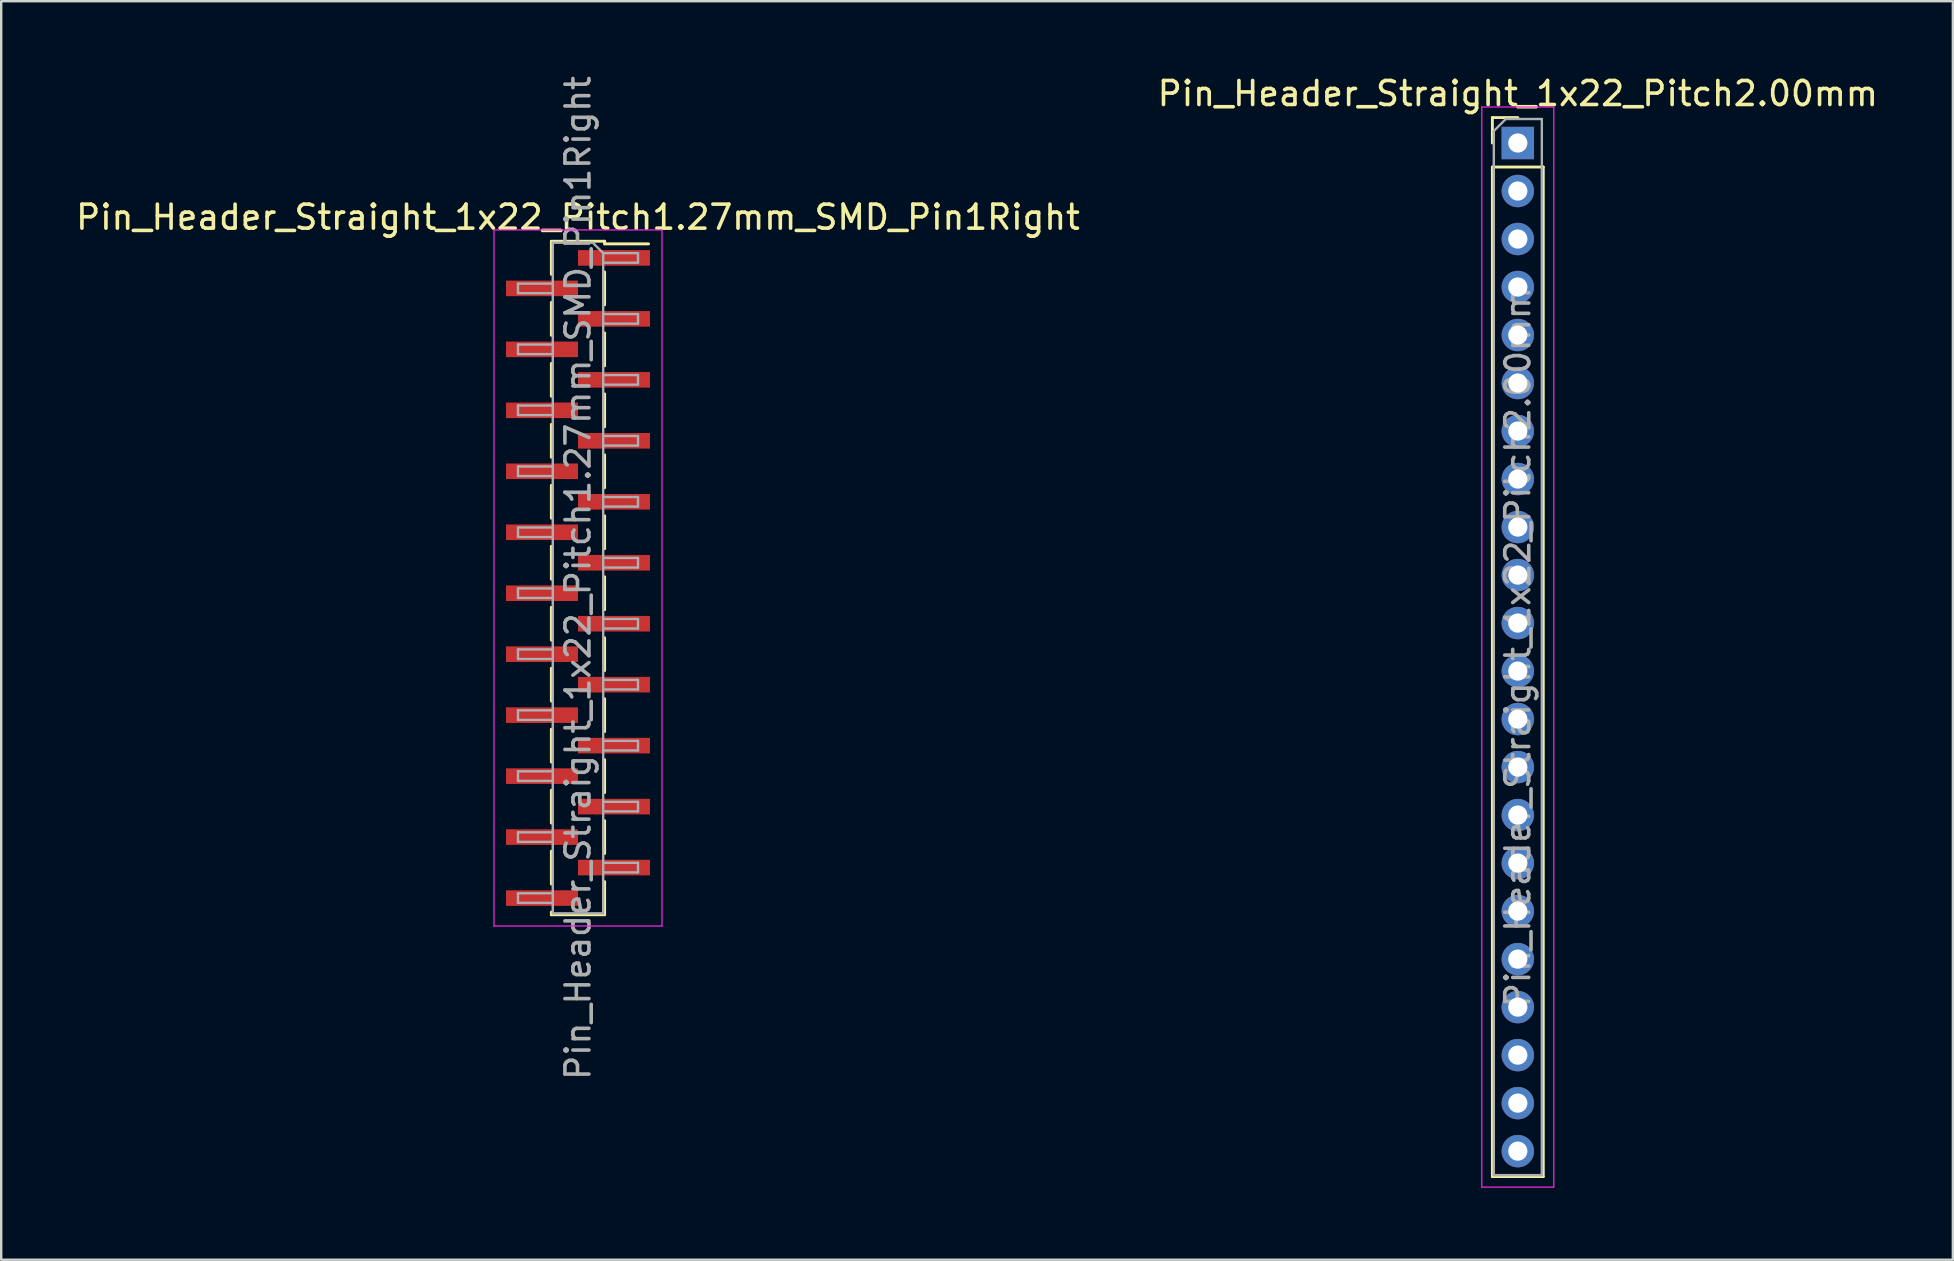
<source format=kicad_pcb>
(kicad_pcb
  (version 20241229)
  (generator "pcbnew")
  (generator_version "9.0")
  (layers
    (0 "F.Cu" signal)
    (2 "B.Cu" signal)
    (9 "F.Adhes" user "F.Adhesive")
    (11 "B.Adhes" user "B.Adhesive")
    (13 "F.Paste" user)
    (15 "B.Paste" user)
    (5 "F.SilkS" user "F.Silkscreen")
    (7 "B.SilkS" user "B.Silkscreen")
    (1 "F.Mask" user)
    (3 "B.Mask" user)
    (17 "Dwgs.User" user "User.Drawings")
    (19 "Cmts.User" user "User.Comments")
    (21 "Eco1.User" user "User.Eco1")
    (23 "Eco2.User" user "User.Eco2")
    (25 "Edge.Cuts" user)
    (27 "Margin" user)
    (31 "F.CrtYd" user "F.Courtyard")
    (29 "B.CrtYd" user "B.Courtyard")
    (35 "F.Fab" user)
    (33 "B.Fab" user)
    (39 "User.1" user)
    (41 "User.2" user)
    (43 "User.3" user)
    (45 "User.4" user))
  (footprint "Pin_Header_Straight_1x22_Pitch2.00mm"
    (layer "F.Cu")
    (at 60.185 2.908)
    (property "Reference" "Pin_Header_Straight_1x22_Pitch2.00mm" (at 0 -2.06 0) (layer "F.SilkS") (effects (font (size 1 1) (thickness 0.15))))
    (attr through_hole)
    (fp_line (start -1.06 -1.06) (end 0 -1.06) (stroke (width 0.12) (type solid)) (layer "F.SilkS"))
    (fp_line (start -1.06 0) (end -1.06 -1.06) (stroke (width 0.12) (type solid)) (layer "F.SilkS"))
    (fp_line (start -1.06 1) (end -1.06 43.06) (stroke (width 0.12) (type solid)) (layer "F.SilkS"))
    (fp_line (start -1.06 1) (end 1.06 1) (stroke (width 0.12) (type solid)) (layer "F.SilkS"))
    (fp_line (start -1.06 43.06) (end 1.06 43.06) (stroke (width 0.12) (type solid)) (layer "F.SilkS"))
    (fp_line (start 1.06 1) (end 1.06 43.06) (stroke (width 0.12) (type solid)) (layer "F.SilkS"))
    (fp_line (start -1.5 -1.5) (end -1.5 43.5) (stroke (width 0.05) (type solid)) (layer "F.CrtYd"))
    (fp_line (start -1.5 43.5) (end 1.5 43.5) (stroke (width 0.05) (type solid)) (layer "F.CrtYd"))
    (fp_line (start 1.5 -1.5) (end -1.5 -1.5) (stroke (width 0.05) (type solid)) (layer "F.CrtYd"))
    (fp_line (start 1.5 43.5) (end 1.5 -1.5) (stroke (width 0.05) (type solid)) (layer "F.CrtYd"))
    (fp_line (start -1 -0.5) (end -0.5 -1) (stroke (width 0.1) (type solid)) (layer "F.Fab"))
    (fp_line (start -1 43) (end -1 -0.5) (stroke (width 0.1) (type solid)) (layer "F.Fab"))
    (fp_line (start -0.5 -1) (end 1 -1) (stroke (width 0.1) (type solid)) (layer "F.Fab"))
    (fp_line (start 1 -1) (end 1 43) (stroke (width 0.1) (type solid)) (layer "F.Fab"))
    (fp_line (start 1 43) (end -1 43) (stroke (width 0.1) (type solid)) (layer "F.Fab"))
    (fp_text user "${REFERENCE}" (at 0 21 90) (layer "F.Fab") (effects (font (size 1 1) (thickness 0.15))))
    (pad "1" thru_hole rect (at 0 0) (size 1.35 1.35) (drill 0.8) (layers "*.Cu" "*.Mask"))
    (pad "2" thru_hole oval (at 0 2) (size 1.35 1.35) (drill 0.8) (layers "*.Cu" "*.Mask"))
    (pad "3" thru_hole oval (at 0 4) (size 1.35 1.35) (drill 0.8) (layers "*.Cu" "*.Mask"))
    (pad "4" thru_hole oval (at 0 6) (size 1.35 1.35) (drill 0.8) (layers "*.Cu" "*.Mask"))
    (pad "5" thru_hole oval (at 0 8) (size 1.35 1.35) (drill 0.8) (layers "*.Cu" "*.Mask"))
    (pad "6" thru_hole oval (at 0 10) (size 1.35 1.35) (drill 0.8) (layers "*.Cu" "*.Mask"))
    (pad "7" thru_hole oval (at 0 12) (size 1.35 1.35) (drill 0.8) (layers "*.Cu" "*.Mask"))
    (pad "8" thru_hole oval (at 0 14) (size 1.35 1.35) (drill 0.8) (layers "*.Cu" "*.Mask"))
    (pad "9" thru_hole oval (at 0 16) (size 1.35 1.35) (drill 0.8) (layers "*.Cu" "*.Mask"))
    (pad "10" thru_hole oval (at 0 18) (size 1.35 1.35) (drill 0.8) (layers "*.Cu" "*.Mask"))
    (pad "11" thru_hole oval (at 0 20) (size 1.35 1.35) (drill 0.8) (layers "*.Cu" "*.Mask"))
    (pad "12" thru_hole oval (at 0 22) (size 1.35 1.35) (drill 0.8) (layers "*.Cu" "*.Mask"))
    (pad "13" thru_hole oval (at 0 24) (size 1.35 1.35) (drill 0.8) (layers "*.Cu" "*.Mask"))
    (pad "14" thru_hole oval (at 0 26) (size 1.35 1.35) (drill 0.8) (layers "*.Cu" "*.Mask"))
    (pad "15" thru_hole oval (at 0 28) (size 1.35 1.35) (drill 0.8) (layers "*.Cu" "*.Mask"))
    (pad "16" thru_hole oval (at 0 30) (size 1.35 1.35) (drill 0.8) (layers "*.Cu" "*.Mask"))
    (pad "17" thru_hole oval (at 0 32) (size 1.35 1.35) (drill 0.8) (layers "*.Cu" "*.Mask"))
    (pad "18" thru_hole oval (at 0 34) (size 1.35 1.35) (drill 0.8) (layers "*.Cu" "*.Mask"))
    (pad "19" thru_hole oval (at 0 36) (size 1.35 1.35) (drill 0.8) (layers "*.Cu" "*.Mask"))
    (pad "20" thru_hole oval (at 0 38) (size 1.35 1.35) (drill 0.8) (layers "*.Cu" "*.Mask"))
    (pad "21" thru_hole oval (at 0 40) (size 1.35 1.35) (drill 0.8) (layers "*.Cu" "*.Mask"))
    (pad "22" thru_hole oval (at 0 42) (size 1.35 1.35) (drill 0.8) (layers "*.Cu" "*.Mask")))
  (footprint "Pin_Header_Straight_1x22_Pitch1.27mm_SMD_Pin1Right"
    (layer "F.Cu")
    (at 21.03 21.03)
    (property "Reference" "Pin_Header_Straight_1x22_Pitch1.27mm_SMD_Pin1Right" (at 0 -15.03 0) (layer "F.SilkS") (effects (font (size 1 1) (thickness 0.15))))
    (attr smd)
    (fp_line (start -1.11 -14.03) (end 1.11 -14.03) (stroke (width 0.12) (type solid)) (layer "F.SilkS"))
    (fp_line (start -1.11 -14.02) (end -1.11 -12.65) (stroke (width 0.12) (type solid)) (layer "F.SilkS"))
    (fp_line (start -1.11 -11.48) (end -1.11 -10.11) (stroke (width 0.12) (type solid)) (layer "F.SilkS"))
    (fp_line (start -1.11 -8.94) (end -1.11 -7.57) (stroke (width 0.12) (type solid)) (layer "F.SilkS"))
    (fp_line (start -1.11 -6.4) (end -1.11 -5.03) (stroke (width 0.12) (type solid)) (layer "F.SilkS"))
    (fp_line (start -1.11 -3.86) (end -1.11 -2.49) (stroke (width 0.12) (type solid)) (layer "F.SilkS"))
    (fp_line (start -1.11 -1.32) (end -1.11 0.05) (stroke (width 0.12) (type solid)) (layer "F.SilkS"))
    (fp_line (start -1.11 1.22) (end -1.11 2.59) (stroke (width 0.12) (type solid)) (layer "F.SilkS"))
    (fp_line (start -1.11 3.76) (end -1.11 5.13) (stroke (width 0.12) (type solid)) (layer "F.SilkS"))
    (fp_line (start -1.11 6.3) (end -1.11 7.67) (stroke (width 0.12) (type solid)) (layer "F.SilkS"))
    (fp_line (start -1.11 8.84) (end -1.11 10.21) (stroke (width 0.12) (type solid)) (layer "F.SilkS"))
    (fp_line (start -1.11 11.38) (end -1.11 12.75) (stroke (width 0.12) (type solid)) (layer "F.SilkS"))
    (fp_line (start -1.11 13.92) (end -1.11 14.03) (stroke (width 0.12) (type solid)) (layer "F.SilkS"))
    (fp_line (start -1.11 14.03) (end 1.11 14.03) (stroke (width 0.12) (type solid)) (layer "F.SilkS"))
    (fp_line (start 1.11 -14.03) (end 1.11 -13.92) (stroke (width 0.12) (type solid)) (layer "F.SilkS"))
    (fp_line (start 1.11 -13.92) (end 2.94 -13.92) (stroke (width 0.12) (type solid)) (layer "F.SilkS"))
    (fp_line (start 1.11 -12.75) (end 1.11 -11.38) (stroke (width 0.12) (type solid)) (layer "F.SilkS"))
    (fp_line (start 1.11 -10.21) (end 1.11 -8.84) (stroke (width 0.12) (type solid)) (layer "F.SilkS"))
    (fp_line (start 1.11 -7.67) (end 1.11 -6.3) (stroke (width 0.12) (type solid)) (layer "F.SilkS"))
    (fp_line (start 1.11 -5.13) (end 1.11 -3.76) (stroke (width 0.12) (type solid)) (layer "F.SilkS"))
    (fp_line (start 1.11 -2.59) (end 1.11 -1.22) (stroke (width 0.12) (type solid)) (layer "F.SilkS"))
    (fp_line (start 1.11 -0.05) (end 1.11 1.32) (stroke (width 0.12) (type solid)) (layer "F.SilkS"))
    (fp_line (start 1.11 2.49) (end 1.11 3.86) (stroke (width 0.12) (type solid)) (layer "F.SilkS"))
    (fp_line (start 1.11 5.03) (end 1.11 6.4) (stroke (width 0.12) (type solid)) (layer "F.SilkS"))
    (fp_line (start 1.11 7.57) (end 1.11 8.94) (stroke (width 0.12) (type solid)) (layer "F.SilkS"))
    (fp_line (start 1.11 10.11) (end 1.11 11.48) (stroke (width 0.12) (type solid)) (layer "F.SilkS"))
    (fp_line (start 1.11 12.65) (end 1.11 14.02) (stroke (width 0.12) (type solid)) (layer "F.SilkS"))
    (fp_line (start -3.5 -14.5) (end -3.5 14.5) (stroke (width 0.05) (type solid)) (layer "F.CrtYd"))
    (fp_line (start -3.5 14.5) (end 3.5 14.5) (stroke (width 0.05) (type solid)) (layer "F.CrtYd"))
    (fp_line (start 3.5 -14.5) (end -3.5 -14.5) (stroke (width 0.05) (type solid)) (layer "F.CrtYd"))
    (fp_line (start 3.5 14.5) (end 3.5 -14.5) (stroke (width 0.05) (type solid)) (layer "F.CrtYd"))
    (fp_line (start -2.5 -12.265) (end -2.5 -11.865) (stroke (width 0.1) (type solid)) (layer "F.Fab"))
    (fp_line (start -2.5 -11.865) (end -1.05 -11.865) (stroke (width 0.1) (type solid)) (layer "F.Fab"))
    (fp_line (start -2.5 -9.725) (end -2.5 -9.325) (stroke (width 0.1) (type solid)) (layer "F.Fab"))
    (fp_line (start -2.5 -9.325) (end -1.05 -9.325) (stroke (width 0.1) (type solid)) (layer "F.Fab"))
    (fp_line (start -2.5 -7.185) (end -2.5 -6.785) (stroke (width 0.1) (type solid)) (layer "F.Fab"))
    (fp_line (start -2.5 -6.785) (end -1.05 -6.785) (stroke (width 0.1) (type solid)) (layer "F.Fab"))
    (fp_line (start -2.5 -4.645) (end -2.5 -4.245) (stroke (width 0.1) (type solid)) (layer "F.Fab"))
    (fp_line (start -2.5 -4.245) (end -1.05 -4.245) (stroke (width 0.1) (type solid)) (layer "F.Fab"))
    (fp_line (start -2.5 -2.105) (end -2.5 -1.705) (stroke (width 0.1) (type solid)) (layer "F.Fab"))
    (fp_line (start -2.5 -1.705) (end -1.05 -1.705) (stroke (width 0.1) (type solid)) (layer "F.Fab"))
    (fp_line (start -2.5 0.435) (end -2.5 0.835) (stroke (width 0.1) (type solid)) (layer "F.Fab"))
    (fp_line (start -2.5 0.835) (end -1.05 0.835) (stroke (width 0.1) (type solid)) (layer "F.Fab"))
    (fp_line (start -2.5 2.975) (end -2.5 3.375) (stroke (width 0.1) (type solid)) (layer "F.Fab"))
    (fp_line (start -2.5 3.375) (end -1.05 3.375) (stroke (width 0.1) (type solid)) (layer "F.Fab"))
    (fp_line (start -2.5 5.515) (end -2.5 5.915) (stroke (width 0.1) (type solid)) (layer "F.Fab"))
    (fp_line (start -2.5 5.915) (end -1.05 5.915) (stroke (width 0.1) (type solid)) (layer "F.Fab"))
    (fp_line (start -2.5 8.055) (end -2.5 8.455) (stroke (width 0.1) (type solid)) (layer "F.Fab"))
    (fp_line (start -2.5 8.455) (end -1.05 8.455) (stroke (width 0.1) (type solid)) (layer "F.Fab"))
    (fp_line (start -2.5 10.595) (end -2.5 10.995) (stroke (width 0.1) (type solid)) (layer "F.Fab"))
    (fp_line (start -2.5 10.995) (end -1.05 10.995) (stroke (width 0.1) (type solid)) (layer "F.Fab"))
    (fp_line (start -2.5 13.135) (end -2.5 13.535) (stroke (width 0.1) (type solid)) (layer "F.Fab"))
    (fp_line (start -2.5 13.535) (end -1.05 13.535) (stroke (width 0.1) (type solid)) (layer "F.Fab"))
    (fp_line (start -1.05 -13.97) (end -1.05 13.97) (stroke (width 0.1) (type solid)) (layer "F.Fab"))
    (fp_line (start -1.05 -13.97) (end 0.615 -13.97) (stroke (width 0.1) (type solid)) (layer "F.Fab"))
    (fp_line (start -1.05 -12.265) (end -2.5 -12.265) (stroke (width 0.1) (type solid)) (layer "F.Fab"))
    (fp_line (start -1.05 -9.725) (end -2.5 -9.725) (stroke (width 0.1) (type solid)) (layer "F.Fab"))
    (fp_line (start -1.05 -7.185) (end -2.5 -7.185) (stroke (width 0.1) (type solid)) (layer "F.Fab"))
    (fp_line (start -1.05 -4.645) (end -2.5 -4.645) (stroke (width 0.1) (type solid)) (layer "F.Fab"))
    (fp_line (start -1.05 -2.105) (end -2.5 -2.105) (stroke (width 0.1) (type solid)) (layer "F.Fab"))
    (fp_line (start -1.05 0.435) (end -2.5 0.435) (stroke (width 0.1) (type solid)) (layer "F.Fab"))
    (fp_line (start -1.05 2.975) (end -2.5 2.975) (stroke (width 0.1) (type solid)) (layer "F.Fab"))
    (fp_line (start -1.05 5.515) (end -2.5 5.515) (stroke (width 0.1) (type solid)) (layer "F.Fab"))
    (fp_line (start -1.05 8.055) (end -2.5 8.055) (stroke (width 0.1) (type solid)) (layer "F.Fab"))
    (fp_line (start -1.05 10.595) (end -2.5 10.595) (stroke (width 0.1) (type solid)) (layer "F.Fab"))
    (fp_line (start -1.05 13.135) (end -2.5 13.135) (stroke (width 0.1) (type solid)) (layer "F.Fab"))
    (fp_line (start 1.05 -13.535) (end 0.615 -13.97) (stroke (width 0.1) (type solid)) (layer "F.Fab"))
    (fp_line (start 1.05 -13.535) (end 2.5 -13.535) (stroke (width 0.1) (type solid)) (layer "F.Fab"))
    (fp_line (start 1.05 -10.995) (end 2.5 -10.995) (stroke (width 0.1) (type solid)) (layer "F.Fab"))
    (fp_line (start 1.05 -8.455) (end 2.5 -8.455) (stroke (width 0.1) (type solid)) (layer "F.Fab"))
    (fp_line (start 1.05 -5.915) (end 2.5 -5.915) (stroke (width 0.1) (type solid)) (layer "F.Fab"))
    (fp_line (start 1.05 -3.375) (end 2.5 -3.375) (stroke (width 0.1) (type solid)) (layer "F.Fab"))
    (fp_line (start 1.05 -0.835) (end 2.5 -0.835) (stroke (width 0.1) (type solid)) (layer "F.Fab"))
    (fp_line (start 1.05 1.705) (end 2.5 1.705) (stroke (width 0.1) (type solid)) (layer "F.Fab"))
    (fp_line (start 1.05 4.245) (end 2.5 4.245) (stroke (width 0.1) (type solid)) (layer "F.Fab"))
    (fp_line (start 1.05 6.785) (end 2.5 6.785) (stroke (width 0.1) (type solid)) (layer "F.Fab"))
    (fp_line (start 1.05 9.325) (end 2.5 9.325) (stroke (width 0.1) (type solid)) (layer "F.Fab"))
    (fp_line (start 1.05 11.865) (end 2.5 11.865) (stroke (width 0.1) (type solid)) (layer "F.Fab"))
    (fp_line (start 1.05 13.97) (end -1.05 13.97) (stroke (width 0.1) (type solid)) (layer "F.Fab"))
    (fp_line (start 1.05 13.97) (end 1.05 -13.535) (stroke (width 0.1) (type solid)) (layer "F.Fab"))
    (fp_line (start 2.5 -13.535) (end 2.5 -13.135) (stroke (width 0.1) (type solid)) (layer "F.Fab"))
    (fp_line (start 2.5 -13.135) (end 1.05 -13.135) (stroke (width 0.1) (type solid)) (layer "F.Fab"))
    (fp_line (start 2.5 -10.995) (end 2.5 -10.595) (stroke (width 0.1) (type solid)) (layer "F.Fab"))
    (fp_line (start 2.5 -10.595) (end 1.05 -10.595) (stroke (width 0.1) (type solid)) (layer "F.Fab"))
    (fp_line (start 2.5 -8.455) (end 2.5 -8.055) (stroke (width 0.1) (type solid)) (layer "F.Fab"))
    (fp_line (start 2.5 -8.055) (end 1.05 -8.055) (stroke (width 0.1) (type solid)) (layer "F.Fab"))
    (fp_line (start 2.5 -5.915) (end 2.5 -5.515) (stroke (width 0.1) (type solid)) (layer "F.Fab"))
    (fp_line (start 2.5 -5.515) (end 1.05 -5.515) (stroke (width 0.1) (type solid)) (layer "F.Fab"))
    (fp_line (start 2.5 -3.375) (end 2.5 -2.975) (stroke (width 0.1) (type solid)) (layer "F.Fab"))
    (fp_line (start 2.5 -2.975) (end 1.05 -2.975) (stroke (width 0.1) (type solid)) (layer "F.Fab"))
    (fp_line (start 2.5 -0.835) (end 2.5 -0.435) (stroke (width 0.1) (type solid)) (layer "F.Fab"))
    (fp_line (start 2.5 -0.435) (end 1.05 -0.435) (stroke (width 0.1) (type solid)) (layer "F.Fab"))
    (fp_line (start 2.5 1.705) (end 2.5 2.105) (stroke (width 0.1) (type solid)) (layer "F.Fab"))
    (fp_line (start 2.5 2.105) (end 1.05 2.105) (stroke (width 0.1) (type solid)) (layer "F.Fab"))
    (fp_line (start 2.5 4.245) (end 2.5 4.645) (stroke (width 0.1) (type solid)) (layer "F.Fab"))
    (fp_line (start 2.5 4.645) (end 1.05 4.645) (stroke (width 0.1) (type solid)) (layer "F.Fab"))
    (fp_line (start 2.5 6.785) (end 2.5 7.185) (stroke (width 0.1) (type solid)) (layer "F.Fab"))
    (fp_line (start 2.5 7.185) (end 1.05 7.185) (stroke (width 0.1) (type solid)) (layer "F.Fab"))
    (fp_line (start 2.5 9.325) (end 2.5 9.725) (stroke (width 0.1) (type solid)) (layer "F.Fab"))
    (fp_line (start 2.5 9.725) (end 1.05 9.725) (stroke (width 0.1) (type solid)) (layer "F.Fab"))
    (fp_line (start 2.5 11.865) (end 2.5 12.265) (stroke (width 0.1) (type solid)) (layer "F.Fab"))
    (fp_line (start 2.5 12.265) (end 1.05 12.265) (stroke (width 0.1) (type solid)) (layer "F.Fab"))
    (fp_text user "${REFERENCE}" (at 0 0 90) (layer "F.Fab") (effects (font (size 1 1) (thickness 0.15))))
    (pad "1" smd rect (at 1.5 -13.335) (size 3 0.65) (layers "F.Cu" "F.Mask" "F.Paste"))
    (pad "2" smd rect (at -1.5 -12.065) (size 3 0.65) (layers "F.Cu" "F.Mask" "F.Paste"))
    (pad "3" smd rect (at 1.5 -10.795) (size 3 0.65) (layers "F.Cu" "F.Mask" "F.Paste"))
    (pad "4" smd rect (at -1.5 -9.525) (size 3 0.65) (layers "F.Cu" "F.Mask" "F.Paste"))
    (pad "5" smd rect (at 1.5 -8.255) (size 3 0.65) (layers "F.Cu" "F.Mask" "F.Paste"))
    (pad "6" smd rect (at -1.5 -6.985) (size 3 0.65) (layers "F.Cu" "F.Mask" "F.Paste"))
    (pad "7" smd rect (at 1.5 -5.715) (size 3 0.65) (layers "F.Cu" "F.Mask" "F.Paste"))
    (pad "8" smd rect (at -1.5 -4.445) (size 3 0.65) (layers "F.Cu" "F.Mask" "F.Paste"))
    (pad "9" smd rect (at 1.5 -3.175) (size 3 0.65) (layers "F.Cu" "F.Mask" "F.Paste"))
    (pad "10" smd rect (at -1.5 -1.905) (size 3 0.65) (layers "F.Cu" "F.Mask" "F.Paste"))
    (pad "11" smd rect (at 1.5 -0.635) (size 3 0.65) (layers "F.Cu" "F.Mask" "F.Paste"))
    (pad "12" smd rect (at -1.5 0.635) (size 3 0.65) (layers "F.Cu" "F.Mask" "F.Paste"))
    (pad "13" smd rect (at 1.5 1.905) (size 3 0.65) (layers "F.Cu" "F.Mask" "F.Paste"))
    (pad "14" smd rect (at -1.5 3.175) (size 3 0.65) (layers "F.Cu" "F.Mask" "F.Paste"))
    (pad "15" smd rect (at 1.5 4.445) (size 3 0.65) (layers "F.Cu" "F.Mask" "F.Paste"))
    (pad "16" smd rect (at -1.5 5.715) (size 3 0.65) (layers "F.Cu" "F.Mask" "F.Paste"))
    (pad "17" smd rect (at 1.5 6.985) (size 3 0.65) (layers "F.Cu" "F.Mask" "F.Paste"))
    (pad "18" smd rect (at -1.5 8.255) (size 3 0.65) (layers "F.Cu" "F.Mask" "F.Paste"))
    (pad "19" smd rect (at 1.5 9.525) (size 3 0.65) (layers "F.Cu" "F.Mask" "F.Paste"))
    (pad "20" smd rect (at -1.5 10.795) (size 3 0.65) (layers "F.Cu" "F.Mask" "F.Paste"))
    (pad "21" smd rect (at 1.5 12.065) (size 3 0.65) (layers "F.Cu" "F.Mask" "F.Paste"))
    (pad "22" smd rect (at -1.5 13.335) (size 3 0.65) (layers "F.Cu" "F.Mask" "F.Paste")))
  (gr_rect
    (start -3 -3)
    (end 78.31 49.433)
    (stroke (width 0.1) (type default))
    (fill no)
    (layer "Edge.Cuts")))
</source>
